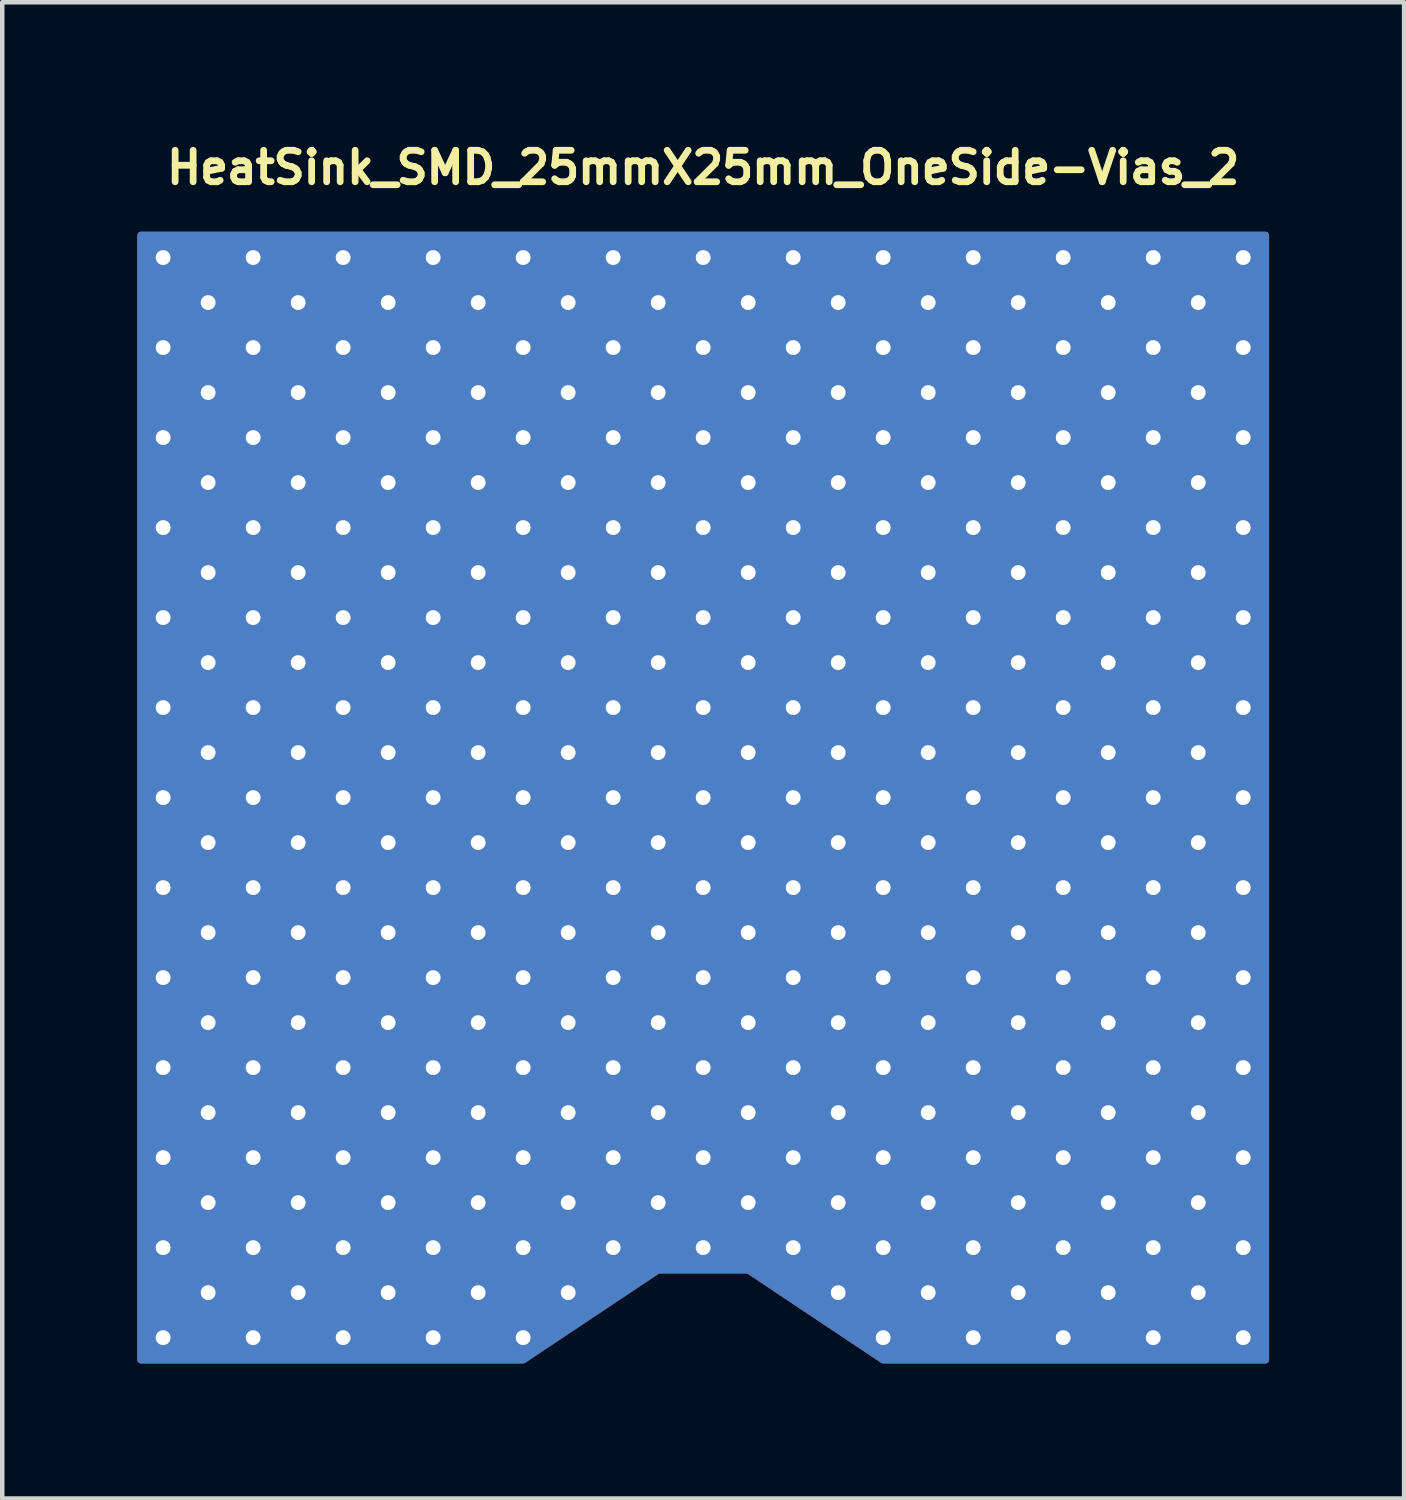
<source format=kicad_pcb>
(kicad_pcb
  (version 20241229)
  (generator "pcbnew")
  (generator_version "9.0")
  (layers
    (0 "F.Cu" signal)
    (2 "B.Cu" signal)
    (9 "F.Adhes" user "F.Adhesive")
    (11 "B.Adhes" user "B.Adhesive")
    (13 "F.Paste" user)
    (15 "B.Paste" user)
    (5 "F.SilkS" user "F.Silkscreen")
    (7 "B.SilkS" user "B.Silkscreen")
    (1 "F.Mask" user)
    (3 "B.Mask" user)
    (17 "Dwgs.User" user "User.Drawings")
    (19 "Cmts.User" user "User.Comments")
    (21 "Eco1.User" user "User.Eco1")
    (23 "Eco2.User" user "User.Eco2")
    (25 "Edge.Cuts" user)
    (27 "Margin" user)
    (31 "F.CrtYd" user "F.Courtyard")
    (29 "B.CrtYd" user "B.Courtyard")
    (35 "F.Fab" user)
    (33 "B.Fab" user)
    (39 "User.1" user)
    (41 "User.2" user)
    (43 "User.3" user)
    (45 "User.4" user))
  (footprint "HeatSink_SMD_25mmX25mm_OneSide-Vias_2"
    (layer "F.Cu")
    (at 12.575 14.673)
    (property "Reference" "HeatSink_SMD_25mmX25mm_OneSide-Vias_2" (at 0 -14 0) (layer "F.SilkS") (effects (font (size 0.7 0.7) (thickness 0.15))))
    (attr through_hole)
    (pad "1" thru_hole circle (at -12 -12) (size 0.686 0.686) (drill 0.33) (layers "*.Cu" "*.Mask"))
    (pad "1" thru_hole circle (at -12 -10) (size 0.686 0.686) (drill 0.33) (layers "*.Cu" "*.Mask"))
    (pad "1" thru_hole circle (at -12 -8) (size 0.686 0.686) (drill 0.33) (layers "*.Cu" "*.Mask"))
    (pad "1" thru_hole circle (at -12 -6) (size 0.686 0.686) (drill 0.33) (layers "*.Cu" "*.Mask"))
    (pad "1" thru_hole circle (at -12 -4) (size 0.686 0.686) (drill 0.33) (layers "*.Cu" "*.Mask"))
    (pad "1" thru_hole circle (at -12 -2) (size 0.686 0.686) (drill 0.33) (layers "*.Cu" "*.Mask"))
    (pad "1" thru_hole circle (at -12 0) (size 0.686 0.686) (drill 0.33) (layers "*.Cu" "*.Mask"))
    (pad "1" thru_hole circle (at -12 2) (size 0.686 0.686) (drill 0.33) (layers "*.Cu" "*.Mask"))
    (pad "1" thru_hole circle (at -12 4) (size 0.686 0.686) (drill 0.33) (layers "*.Cu" "*.Mask"))
    (pad "1" thru_hole circle (at -12 6) (size 0.686 0.686) (drill 0.33) (layers "*.Cu" "*.Mask"))
    (pad "1" thru_hole circle (at -12 8) (size 0.686 0.686) (drill 0.33) (layers "*.Cu" "*.Mask"))
    (pad "1" thru_hole circle (at -12 10) (size 0.686 0.686) (drill 0.33) (layers "*.Cu" "*.Mask"))
    (pad "1" thru_hole circle (at -12 12) (size 0.686 0.686) (drill 0.33) (layers "*.Cu" "*.Mask"))
    (pad "1" thru_hole circle (at -11 -11) (size 0.686 0.686) (drill 0.33) (layers "*.Cu" "*.Mask"))
    (pad "1" thru_hole circle (at -11 -9) (size 0.686 0.686) (drill 0.33) (layers "*.Cu" "*.Mask"))
    (pad "1" thru_hole circle (at -11 -7) (size 0.686 0.686) (drill 0.33) (layers "*.Cu" "*.Mask"))
    (pad "1" thru_hole circle (at -11 -5) (size 0.686 0.686) (drill 0.33) (layers "*.Cu" "*.Mask"))
    (pad "1" thru_hole circle (at -11 -3) (size 0.686 0.686) (drill 0.33) (layers "*.Cu" "*.Mask"))
    (pad "1" thru_hole circle (at -11 -1) (size 0.686 0.686) (drill 0.33) (layers "*.Cu" "*.Mask"))
    (pad "1" thru_hole circle (at -11 1) (size 0.686 0.686) (drill 0.33) (layers "*.Cu" "*.Mask"))
    (pad "1" thru_hole circle (at -11 3) (size 0.686 0.686) (drill 0.33) (layers "*.Cu" "*.Mask"))
    (pad "1" thru_hole circle (at -11 5) (size 0.686 0.686) (drill 0.33) (layers "*.Cu" "*.Mask"))
    (pad "1" thru_hole circle (at -11 7) (size 0.686 0.686) (drill 0.33) (layers "*.Cu" "*.Mask"))
    (pad "1" thru_hole circle (at -11 9) (size 0.686 0.686) (drill 0.33) (layers "*.Cu" "*.Mask"))
    (pad "1" thru_hole circle (at -11 11) (size 0.686 0.686) (drill 0.33) (layers "*.Cu" "*.Mask"))
    (pad "1" thru_hole circle (at -10 -12) (size 0.686 0.686) (drill 0.33) (layers "*.Cu" "*.Mask"))
    (pad "1" thru_hole circle (at -10 -10) (size 0.686 0.686) (drill 0.33) (layers "*.Cu" "*.Mask"))
    (pad "1" thru_hole circle (at -10 -8) (size 0.686 0.686) (drill 0.33) (layers "*.Cu" "*.Mask"))
    (pad "1" thru_hole circle (at -10 -6) (size 0.686 0.686) (drill 0.33) (layers "*.Cu" "*.Mask"))
    (pad "1" thru_hole circle (at -10 -4) (size 0.686 0.686) (drill 0.33) (layers "*.Cu" "*.Mask"))
    (pad "1" thru_hole circle (at -10 -2) (size 0.686 0.686) (drill 0.33) (layers "*.Cu" "*.Mask"))
    (pad "1" thru_hole circle (at -10 0) (size 0.686 0.686) (drill 0.33) (layers "*.Cu" "*.Mask"))
    (pad "1" thru_hole circle (at -10 2) (size 0.686 0.686) (drill 0.33) (layers "*.Cu" "*.Mask"))
    (pad "1" thru_hole circle (at -10 4) (size 0.686 0.686) (drill 0.33) (layers "*.Cu" "*.Mask"))
    (pad "1" thru_hole circle (at -10 6) (size 0.686 0.686) (drill 0.33) (layers "*.Cu" "*.Mask"))
    (pad "1" thru_hole circle (at -10 8) (size 0.686 0.686) (drill 0.33) (layers "*.Cu" "*.Mask"))
    (pad "1" thru_hole circle (at -10 10) (size 0.686 0.686) (drill 0.33) (layers "*.Cu" "*.Mask"))
    (pad "1" thru_hole circle (at -10 12) (size 0.686 0.686) (drill 0.33) (layers "*.Cu" "*.Mask"))
    (pad "1" thru_hole circle (at -9 -11) (size 0.686 0.686) (drill 0.33) (layers "*.Cu" "*.Mask"))
    (pad "1" thru_hole circle (at -9 -9) (size 0.686 0.686) (drill 0.33) (layers "*.Cu" "*.Mask"))
    (pad "1" thru_hole circle (at -9 -7) (size 0.686 0.686) (drill 0.33) (layers "*.Cu" "*.Mask"))
    (pad "1" thru_hole circle (at -9 -5) (size 0.686 0.686) (drill 0.33) (layers "*.Cu" "*.Mask"))
    (pad "1" thru_hole circle (at -9 -3) (size 0.686 0.686) (drill 0.33) (layers "*.Cu" "*.Mask"))
    (pad "1" thru_hole circle (at -9 -1) (size 0.686 0.686) (drill 0.33) (layers "*.Cu" "*.Mask"))
    (pad "1" thru_hole circle (at -9 1) (size 0.686 0.686) (drill 0.33) (layers "*.Cu" "*.Mask"))
    (pad "1" thru_hole circle (at -9 3) (size 0.686 0.686) (drill 0.33) (layers "*.Cu" "*.Mask"))
    (pad "1" thru_hole circle (at -9 5) (size 0.686 0.686) (drill 0.33) (layers "*.Cu" "*.Mask"))
    (pad "1" thru_hole circle (at -9 7) (size 0.686 0.686) (drill 0.33) (layers "*.Cu" "*.Mask"))
    (pad "1" thru_hole circle (at -9 9) (size 0.686 0.686) (drill 0.33) (layers "*.Cu" "*.Mask"))
    (pad "1" thru_hole circle (at -9 11) (size 0.686 0.686) (drill 0.33) (layers "*.Cu" "*.Mask"))
    (pad "1" thru_hole circle (at -8 -12) (size 0.686 0.686) (drill 0.33) (layers "*.Cu" "*.Mask"))
    (pad "1" thru_hole circle (at -8 -10) (size 0.686 0.686) (drill 0.33) (layers "*.Cu" "*.Mask"))
    (pad "1" thru_hole circle (at -8 -8) (size 0.686 0.686) (drill 0.33) (layers "*.Cu" "*.Mask"))
    (pad "1" thru_hole circle (at -8 -6) (size 0.686 0.686) (drill 0.33) (layers "*.Cu" "*.Mask"))
    (pad "1" thru_hole circle (at -8 -4) (size 0.686 0.686) (drill 0.33) (layers "*.Cu" "*.Mask"))
    (pad "1" thru_hole circle (at -8 -2) (size 0.686 0.686) (drill 0.33) (layers "*.Cu" "*.Mask"))
    (pad "1" thru_hole circle (at -8 0) (size 0.686 0.686) (drill 0.33) (layers "*.Cu" "*.Mask"))
    (pad "1" thru_hole circle (at -8 2) (size 0.686 0.686) (drill 0.33) (layers "*.Cu" "*.Mask"))
    (pad "1" thru_hole circle (at -8 4) (size 0.686 0.686) (drill 0.33) (layers "*.Cu" "*.Mask"))
    (pad "1" thru_hole circle (at -8 6) (size 0.686 0.686) (drill 0.33) (layers "*.Cu" "*.Mask"))
    (pad "1" thru_hole circle (at -8 8) (size 0.686 0.686) (drill 0.33) (layers "*.Cu" "*.Mask"))
    (pad "1" thru_hole circle (at -8 10) (size 0.686 0.686) (drill 0.33) (layers "*.Cu" "*.Mask"))
    (pad "1" thru_hole circle (at -8 12) (size 0.686 0.686) (drill 0.33) (layers "*.Cu" "*.Mask"))
    (pad "1" thru_hole circle (at -7 -11) (size 0.686 0.686) (drill 0.33) (layers "*.Cu" "*.Mask"))
    (pad "1" thru_hole circle (at -7 -9) (size 0.686 0.686) (drill 0.33) (layers "*.Cu" "*.Mask"))
    (pad "1" thru_hole circle (at -7 -7) (size 0.686 0.686) (drill 0.33) (layers "*.Cu" "*.Mask"))
    (pad "1" thru_hole circle (at -7 -5) (size 0.686 0.686) (drill 0.33) (layers "*.Cu" "*.Mask"))
    (pad "1" thru_hole circle (at -7 -3) (size 0.686 0.686) (drill 0.33) (layers "*.Cu" "*.Mask"))
    (pad "1" thru_hole circle (at -7 -1) (size 0.686 0.686) (drill 0.33) (layers "*.Cu" "*.Mask"))
    (pad "1" thru_hole circle (at -7 1) (size 0.686 0.686) (drill 0.33) (layers "*.Cu" "*.Mask"))
    (pad "1" thru_hole circle (at -7 3) (size 0.686 0.686) (drill 0.33) (layers "*.Cu" "*.Mask"))
    (pad "1" thru_hole circle (at -7 5) (size 0.686 0.686) (drill 0.33) (layers "*.Cu" "*.Mask"))
    (pad "1" thru_hole circle (at -7 7) (size 0.686 0.686) (drill 0.33) (layers "*.Cu" "*.Mask"))
    (pad "1" thru_hole circle (at -7 9) (size 0.686 0.686) (drill 0.33) (layers "*.Cu" "*.Mask"))
    (pad "1" thru_hole circle (at -7 11) (size 0.686 0.686) (drill 0.33) (layers "*.Cu" "*.Mask"))
    (pad "1" thru_hole circle (at -6 -12) (size 0.686 0.686) (drill 0.33) (layers "*.Cu" "*.Mask"))
    (pad "1" thru_hole circle (at -6 -10) (size 0.686 0.686) (drill 0.33) (layers "*.Cu" "*.Mask"))
    (pad "1" thru_hole circle (at -6 -8) (size 0.686 0.686) (drill 0.33) (layers "*.Cu" "*.Mask"))
    (pad "1" thru_hole circle (at -6 -6) (size 0.686 0.686) (drill 0.33) (layers "*.Cu" "*.Mask"))
    (pad "1" thru_hole circle (at -6 -4) (size 0.686 0.686) (drill 0.33) (layers "*.Cu" "*.Mask"))
    (pad "1" thru_hole circle (at -6 -2) (size 0.686 0.686) (drill 0.33) (layers "*.Cu" "*.Mask"))
    (pad "1" thru_hole circle (at -6 0) (size 0.686 0.686) (drill 0.33) (layers "*.Cu" "*.Mask"))
    (pad "1" thru_hole circle (at -6 2) (size 0.686 0.686) (drill 0.33) (layers "*.Cu" "*.Mask"))
    (pad "1" thru_hole circle (at -6 4) (size 0.686 0.686) (drill 0.33) (layers "*.Cu" "*.Mask"))
    (pad "1" thru_hole circle (at -6 6) (size 0.686 0.686) (drill 0.33) (layers "*.Cu" "*.Mask"))
    (pad "1" thru_hole circle (at -6 8) (size 0.686 0.686) (drill 0.33) (layers "*.Cu" "*.Mask"))
    (pad "1" thru_hole circle (at -6 10) (size 0.686 0.686) (drill 0.33) (layers "*.Cu" "*.Mask"))
    (pad "1" thru_hole circle (at -6 12) (size 0.686 0.686) (drill 0.33) (layers "*.Cu" "*.Mask"))
    (pad "1" thru_hole circle (at -5 -11) (size 0.686 0.686) (drill 0.33) (layers "*.Cu" "*.Mask"))
    (pad "1" thru_hole circle (at -5 -9) (size 0.686 0.686) (drill 0.33) (layers "*.Cu" "*.Mask"))
    (pad "1" thru_hole circle (at -5 -7) (size 0.686 0.686) (drill 0.33) (layers "*.Cu" "*.Mask"))
    (pad "1" thru_hole circle (at -5 -5) (size 0.686 0.686) (drill 0.33) (layers "*.Cu" "*.Mask"))
    (pad "1" thru_hole circle (at -5 -3) (size 0.686 0.686) (drill 0.33) (layers "*.Cu" "*.Mask"))
    (pad "1" thru_hole circle (at -5 -1) (size 0.686 0.686) (drill 0.33) (layers "*.Cu" "*.Mask"))
    (pad "1" thru_hole circle (at -5 1) (size 0.686 0.686) (drill 0.33) (layers "*.Cu" "*.Mask"))
    (pad "1" thru_hole circle (at -5 3) (size 0.686 0.686) (drill 0.33) (layers "*.Cu" "*.Mask"))
    (pad "1" thru_hole circle (at -5 5) (size 0.686 0.686) (drill 0.33) (layers "*.Cu" "*.Mask"))
    (pad "1" thru_hole circle (at -5 7) (size 0.686 0.686) (drill 0.33) (layers "*.Cu" "*.Mask"))
    (pad "1" thru_hole circle (at -5 9) (size 0.686 0.686) (drill 0.33) (layers "*.Cu" "*.Mask"))
    (pad "1" thru_hole circle (at -5 11) (size 0.686 0.686) (drill 0.33) (layers "*.Cu" "*.Mask"))
    (pad "1" thru_hole circle (at -4 -12) (size 0.686 0.686) (drill 0.33) (layers "*.Cu" "*.Mask"))
    (pad "1" thru_hole circle (at -4 -10) (size 0.686 0.686) (drill 0.33) (layers "*.Cu" "*.Mask"))
    (pad "1" thru_hole circle (at -4 -8) (size 0.686 0.686) (drill 0.33) (layers "*.Cu" "*.Mask"))
    (pad "1" thru_hole circle (at -4 -6) (size 0.686 0.686) (drill 0.33) (layers "*.Cu" "*.Mask"))
    (pad "1" thru_hole circle (at -4 -4) (size 0.686 0.686) (drill 0.33) (layers "*.Cu" "*.Mask"))
    (pad "1" thru_hole circle (at -4 -2) (size 0.686 0.686) (drill 0.33) (layers "*.Cu" "*.Mask"))
    (pad "1" thru_hole circle (at -4 0) (size 0.686 0.686) (drill 0.33) (layers "*.Cu" "*.Mask"))
    (pad "1" thru_hole circle (at -4 2) (size 0.686 0.686) (drill 0.33) (layers "*.Cu" "*.Mask"))
    (pad "1" thru_hole circle (at -4 4) (size 0.686 0.686) (drill 0.33) (layers "*.Cu" "*.Mask"))
    (pad "1" thru_hole circle (at -4 6) (size 0.686 0.686) (drill 0.33) (layers "*.Cu" "*.Mask"))
    (pad "1" thru_hole circle (at -4 8) (size 0.686 0.686) (drill 0.33) (layers "*.Cu" "*.Mask"))
    (pad "1" thru_hole circle (at -4 10) (size 0.686 0.686) (drill 0.33) (layers "*.Cu" "*.Mask"))
    (pad "1" thru_hole circle (at -4 12) (size 0.686 0.686) (drill 0.33) (layers "*.Cu" "*.Mask"))
    (pad "1" thru_hole circle (at -3 -11) (size 0.686 0.686) (drill 0.33) (layers "*.Cu" "*.Mask"))
    (pad "1" thru_hole circle (at -3 -9) (size 0.686 0.686) (drill 0.33) (layers "*.Cu" "*.Mask"))
    (pad "1" thru_hole circle (at -3 -7) (size 0.686 0.686) (drill 0.33) (layers "*.Cu" "*.Mask"))
    (pad "1" thru_hole circle (at -3 -5) (size 0.686 0.686) (drill 0.33) (layers "*.Cu" "*.Mask"))
    (pad "1" thru_hole circle (at -3 -3) (size 0.686 0.686) (drill 0.33) (layers "*.Cu" "*.Mask"))
    (pad "1" thru_hole circle (at -3 -1) (size 0.686 0.686) (drill 0.33) (layers "*.Cu" "*.Mask"))
    (pad "1" thru_hole circle (at -3 1) (size 0.686 0.686) (drill 0.33) (layers "*.Cu" "*.Mask"))
    (pad "1" thru_hole circle (at -3 3) (size 0.686 0.686) (drill 0.33) (layers "*.Cu" "*.Mask"))
    (pad "1" thru_hole circle (at -3 5) (size 0.686 0.686) (drill 0.33) (layers "*.Cu" "*.Mask"))
    (pad "1" thru_hole circle (at -3 7) (size 0.686 0.686) (drill 0.33) (layers "*.Cu" "*.Mask"))
    (pad "1" thru_hole circle (at -3 9) (size 0.686 0.686) (drill 0.33) (layers "*.Cu" "*.Mask"))
    (pad "1" thru_hole circle (at -3 11) (size 0.686 0.686) (drill 0.33) (layers "*.Cu" "*.Mask"))
    (pad "1" thru_hole circle (at -2 -12) (size 0.686 0.686) (drill 0.33) (layers "*.Cu" "*.Mask"))
    (pad "1" thru_hole circle (at -2 -10) (size 0.686 0.686) (drill 0.33) (layers "*.Cu" "*.Mask"))
    (pad "1" thru_hole circle (at -2 -8) (size 0.686 0.686) (drill 0.33) (layers "*.Cu" "*.Mask"))
    (pad "1" thru_hole circle (at -2 -6) (size 0.686 0.686) (drill 0.33) (layers "*.Cu" "*.Mask"))
    (pad "1" thru_hole circle (at -2 -4) (size 0.686 0.686) (drill 0.33) (layers "*.Cu" "*.Mask"))
    (pad "1" thru_hole circle (at -2 -2) (size 0.686 0.686) (drill 0.33) (layers "*.Cu" "*.Mask"))
    (pad "1" thru_hole circle (at -2 0) (size 0.686 0.686) (drill 0.33) (layers "*.Cu" "*.Mask"))
    (pad "1" thru_hole circle (at -2 2) (size 0.686 0.686) (drill 0.33) (layers "*.Cu" "*.Mask"))
    (pad "1" thru_hole circle (at -2 4) (size 0.686 0.686) (drill 0.33) (layers "*.Cu" "*.Mask"))
    (pad "1" thru_hole circle (at -2 6) (size 0.686 0.686) (drill 0.33) (layers "*.Cu" "*.Mask"))
    (pad "1" thru_hole circle (at -2 8) (size 0.686 0.686) (drill 0.33) (layers "*.Cu" "*.Mask"))
    (pad "1" thru_hole circle (at -2 10) (size 0.686 0.686) (drill 0.33) (layers "*.Cu" "*.Mask"))
    (pad "1" thru_hole circle (at -1 -11) (size 0.686 0.686) (drill 0.33) (layers "*.Cu" "*.Mask"))
    (pad "1" thru_hole circle (at -1 -9) (size 0.686 0.686) (drill 0.33) (layers "*.Cu" "*.Mask"))
    (pad "1" thru_hole circle (at -1 -7) (size 0.686 0.686) (drill 0.33) (layers "*.Cu" "*.Mask"))
    (pad "1" thru_hole circle (at -1 -5) (size 0.686 0.686) (drill 0.33) (layers "*.Cu" "*.Mask"))
    (pad "1" thru_hole circle (at -1 -3) (size 0.686 0.686) (drill 0.33) (layers "*.Cu" "*.Mask"))
    (pad "1" thru_hole circle (at -1 -1) (size 0.686 0.686) (drill 0.33) (layers "*.Cu" "*.Mask"))
    (pad "1" thru_hole circle (at -1 1) (size 0.686 0.686) (drill 0.33) (layers "*.Cu" "*.Mask"))
    (pad "1" thru_hole circle (at -1 3) (size 0.686 0.686) (drill 0.33) (layers "*.Cu" "*.Mask"))
    (pad "1" thru_hole circle (at -1 5) (size 0.686 0.686) (drill 0.33) (layers "*.Cu" "*.Mask"))
    (pad "1" thru_hole circle (at -1 7) (size 0.686 0.686) (drill 0.33) (layers "*.Cu" "*.Mask"))
    (pad "1" thru_hole circle (at -1 9) (size 0.686 0.686) (drill 0.33) (layers "*.Cu" "*.Mask"))
    (pad "1" thru_hole circle (at 0 -12) (size 0.686 0.686) (drill 0.33) (layers "*.Cu" "*.Mask"))
    (pad "1" thru_hole circle (at 0 -10) (size 0.686 0.686) (drill 0.33) (layers "*.Cu" "*.Mask"))
    (pad "1" thru_hole circle (at 0 -8) (size 0.686 0.686) (drill 0.33) (layers "*.Cu" "*.Mask"))
    (pad "1" thru_hole circle (at 0 -6) (size 0.686 0.686) (drill 0.33) (layers "*.Cu" "*.Mask"))
    (pad "1" thru_hole circle (at 0 -4) (size 0.686 0.686) (drill 0.33) (layers "*.Cu" "*.Mask"))
    (pad "1" thru_hole circle (at 0 -2) (size 0.686 0.686) (drill 0.33) (layers "*.Cu" "*.Mask"))
    (pad "1" thru_hole circle (at 0 0) (size 0.686 0.686) (drill 0.33) (layers "*.Cu" "*.Mask"))
    (pad "1" thru_hole circle (at 0 2) (size 0.686 0.686) (drill 0.33) (layers "*.Cu" "*.Mask"))
    (pad "1" thru_hole circle (at 0 4) (size 0.686 0.686) (drill 0.33) (layers "*.Cu" "*.Mask"))
    (pad "1" thru_hole circle (at 0 6) (size 0.686 0.686) (drill 0.33) (layers "*.Cu" "*.Mask"))
    (pad "1" thru_hole circle (at 0 8) (size 0.686 0.686) (drill 0.33) (layers "*.Cu" "*.Mask"))
    (pad "1" thru_hole circle (at 0 10) (size 0.686 0.686) (drill 0.33) (layers "*.Cu" "*.Mask"))
    (pad "1" thru_hole circle (at 1 -11) (size 0.686 0.686) (drill 0.33) (layers "*.Cu" "*.Mask"))
    (pad "1" thru_hole circle (at 1 -9) (size 0.686 0.686) (drill 0.33) (layers "*.Cu" "*.Mask"))
    (pad "1" thru_hole circle (at 1 -7) (size 0.686 0.686) (drill 0.33) (layers "*.Cu" "*.Mask"))
    (pad "1" thru_hole circle (at 1 -5) (size 0.686 0.686) (drill 0.33) (layers "*.Cu" "*.Mask"))
    (pad "1" thru_hole circle (at 1 -3) (size 0.686 0.686) (drill 0.33) (layers "*.Cu" "*.Mask"))
    (pad "1" thru_hole circle (at 1 -1) (size 0.686 0.686) (drill 0.33) (layers "*.Cu" "*.Mask"))
    (pad "1" thru_hole circle (at 1 1) (size 0.686 0.686) (drill 0.33) (layers "*.Cu" "*.Mask"))
    (pad "1" thru_hole circle (at 1 3) (size 0.686 0.686) (drill 0.33) (layers "*.Cu" "*.Mask"))
    (pad "1" thru_hole circle (at 1 5) (size 0.686 0.686) (drill 0.33) (layers "*.Cu" "*.Mask"))
    (pad "1" thru_hole circle (at 1 7) (size 0.686 0.686) (drill 0.33) (layers "*.Cu" "*.Mask"))
    (pad "1" thru_hole circle (at 1 9) (size 0.686 0.686) (drill 0.33) (layers "*.Cu" "*.Mask"))
    (pad "1" thru_hole circle (at 2 -12) (size 0.686 0.686) (drill 0.33) (layers "*.Cu" "*.Mask"))
    (pad "1" thru_hole circle (at 2 -10) (size 0.686 0.686) (drill 0.33) (layers "*.Cu" "*.Mask"))
    (pad "1" thru_hole circle (at 2 -8) (size 0.686 0.686) (drill 0.33) (layers "*.Cu" "*.Mask"))
    (pad "1" thru_hole circle (at 2 -6) (size 0.686 0.686) (drill 0.33) (layers "*.Cu" "*.Mask"))
    (pad "1" thru_hole circle (at 2 -4) (size 0.686 0.686) (drill 0.33) (layers "*.Cu" "*.Mask"))
    (pad "1" thru_hole circle (at 2 -2) (size 0.686 0.686) (drill 0.33) (layers "*.Cu" "*.Mask"))
    (pad "1" thru_hole circle (at 2 0) (size 0.686 0.686) (drill 0.33) (layers "*.Cu" "*.Mask"))
    (pad "1" thru_hole circle (at 2 2) (size 0.686 0.686) (drill 0.33) (layers "*.Cu" "*.Mask"))
    (pad "1" thru_hole circle (at 2 4) (size 0.686 0.686) (drill 0.33) (layers "*.Cu" "*.Mask"))
    (pad "1" thru_hole circle (at 2 6) (size 0.686 0.686) (drill 0.33) (layers "*.Cu" "*.Mask"))
    (pad "1" thru_hole circle (at 2 8) (size 0.686 0.686) (drill 0.33) (layers "*.Cu" "*.Mask"))
    (pad "1" thru_hole circle (at 2 10) (size 0.686 0.686) (drill 0.33) (layers "*.Cu" "*.Mask"))
    (pad "1" thru_hole circle (at 3 -11) (size 0.686 0.686) (drill 0.33) (layers "*.Cu" "*.Mask"))
    (pad "1" thru_hole circle (at 3 -9) (size 0.686 0.686) (drill 0.33) (layers "*.Cu" "*.Mask"))
    (pad "1" thru_hole circle (at 3 -7) (size 0.686 0.686) (drill 0.33) (layers "*.Cu" "*.Mask"))
    (pad "1" thru_hole circle (at 3 -5) (size 0.686 0.686) (drill 0.33) (layers "*.Cu" "*.Mask"))
    (pad "1" thru_hole circle (at 3 -3) (size 0.686 0.686) (drill 0.33) (layers "*.Cu" "*.Mask"))
    (pad "1" thru_hole circle (at 3 -1) (size 0.686 0.686) (drill 0.33) (layers "*.Cu" "*.Mask"))
    (pad "1" thru_hole circle (at 3 1) (size 0.686 0.686) (drill 0.33) (layers "*.Cu" "*.Mask"))
    (pad "1" thru_hole circle (at 3 3) (size 0.686 0.686) (drill 0.33) (layers "*.Cu" "*.Mask"))
    (pad "1" thru_hole circle (at 3 5) (size 0.686 0.686) (drill 0.33) (layers "*.Cu" "*.Mask"))
    (pad "1" thru_hole circle (at 3 7) (size 0.686 0.686) (drill 0.33) (layers "*.Cu" "*.Mask"))
    (pad "1" thru_hole circle (at 3 9) (size 0.686 0.686) (drill 0.33) (layers "*.Cu" "*.Mask"))
    (pad "1" thru_hole circle (at 3 11) (size 0.686 0.686) (drill 0.33) (layers "*.Cu" "*.Mask"))
    (pad "1" thru_hole circle (at 4 -12) (size 0.686 0.686) (drill 0.33) (layers "*.Cu" "*.Mask"))
    (pad "1" thru_hole circle (at 4 -10) (size 0.686 0.686) (drill 0.33) (layers "*.Cu" "*.Mask"))
    (pad "1" thru_hole circle (at 4 -8) (size 0.686 0.686) (drill 0.33) (layers "*.Cu" "*.Mask"))
    (pad "1" thru_hole circle (at 4 -6) (size 0.686 0.686) (drill 0.33) (layers "*.Cu" "*.Mask"))
    (pad "1" thru_hole circle (at 4 -4) (size 0.686 0.686) (drill 0.33) (layers "*.Cu" "*.Mask"))
    (pad "1" thru_hole circle (at 4 -2) (size 0.686 0.686) (drill 0.33) (layers "*.Cu" "*.Mask"))
    (pad "1" thru_hole circle (at 4 0) (size 0.686 0.686) (drill 0.33) (layers "*.Cu" "*.Mask"))
    (pad "1" thru_hole circle (at 4 2) (size 0.686 0.686) (drill 0.33) (layers "*.Cu" "*.Mask"))
    (pad "1" thru_hole circle (at 4 4) (size 0.686 0.686) (drill 0.33) (layers "*.Cu" "*.Mask"))
    (pad "1" thru_hole circle (at 4 6) (size 0.686 0.686) (drill 0.33) (layers "*.Cu" "*.Mask"))
    (pad "1" thru_hole circle (at 4 8) (size 0.686 0.686) (drill 0.33) (layers "*.Cu" "*.Mask"))
    (pad "1" thru_hole circle (at 4 10) (size 0.686 0.686) (drill 0.33) (layers "*.Cu" "*.Mask"))
    (pad "1" thru_hole circle (at 4 12) (size 0.686 0.686) (drill 0.33) (layers "*.Cu" "*.Mask"))
    (pad "1" thru_hole circle (at 5 -11) (size 0.686 0.686) (drill 0.33) (layers "*.Cu" "*.Mask"))
    (pad "1" thru_hole circle (at 5 -9) (size 0.686 0.686) (drill 0.33) (layers "*.Cu" "*.Mask"))
    (pad "1" thru_hole circle (at 5 -7) (size 0.686 0.686) (drill 0.33) (layers "*.Cu" "*.Mask"))
    (pad "1" thru_hole circle (at 5 -5) (size 0.686 0.686) (drill 0.33) (layers "*.Cu" "*.Mask"))
    (pad "1" thru_hole circle (at 5 -3) (size 0.686 0.686) (drill 0.33) (layers "*.Cu" "*.Mask"))
    (pad "1" thru_hole circle (at 5 -1) (size 0.686 0.686) (drill 0.33) (layers "*.Cu" "*.Mask"))
    (pad "1" thru_hole circle (at 5 1) (size 0.686 0.686) (drill 0.33) (layers "*.Cu" "*.Mask"))
    (pad "1" thru_hole circle (at 5 3) (size 0.686 0.686) (drill 0.33) (layers "*.Cu" "*.Mask"))
    (pad "1" thru_hole circle (at 5 5) (size 0.686 0.686) (drill 0.33) (layers "*.Cu" "*.Mask"))
    (pad "1" thru_hole circle (at 5 7) (size 0.686 0.686) (drill 0.33) (layers "*.Cu" "*.Mask"))
    (pad "1" thru_hole circle (at 5 9) (size 0.686 0.686) (drill 0.33) (layers "*.Cu" "*.Mask"))
    (pad "1" thru_hole circle (at 5 11) (size 0.686 0.686) (drill 0.33) (layers "*.Cu" "*.Mask"))
    (pad "1" thru_hole circle (at 6 -12) (size 0.686 0.686) (drill 0.33) (layers "*.Cu" "*.Mask"))
    (pad "1" thru_hole circle (at 6 -10) (size 0.686 0.686) (drill 0.33) (layers "*.Cu" "*.Mask"))
    (pad "1" thru_hole circle (at 6 -8) (size 0.686 0.686) (drill 0.33) (layers "*.Cu" "*.Mask"))
    (pad "1" thru_hole circle (at 6 -6) (size 0.686 0.686) (drill 0.33) (layers "*.Cu" "*.Mask"))
    (pad "1" thru_hole circle (at 6 -4) (size 0.686 0.686) (drill 0.33) (layers "*.Cu" "*.Mask"))
    (pad "1" thru_hole circle (at 6 -2) (size 0.686 0.686) (drill 0.33) (layers "*.Cu" "*.Mask"))
    (pad "1" thru_hole circle (at 6 0) (size 0.686 0.686) (drill 0.33) (layers "*.Cu" "*.Mask"))
    (pad "1" thru_hole circle (at 6 2) (size 0.686 0.686) (drill 0.33) (layers "*.Cu" "*.Mask"))
    (pad "1" thru_hole circle (at 6 4) (size 0.686 0.686) (drill 0.33) (layers "*.Cu" "*.Mask"))
    (pad "1" thru_hole circle (at 6 6) (size 0.686 0.686) (drill 0.33) (layers "*.Cu" "*.Mask"))
    (pad "1" thru_hole circle (at 6 8) (size 0.686 0.686) (drill 0.33) (layers "*.Cu" "*.Mask"))
    (pad "1" thru_hole circle (at 6 10) (size 0.686 0.686) (drill 0.33) (layers "*.Cu" "*.Mask"))
    (pad "1" thru_hole circle (at 6 12) (size 0.686 0.686) (drill 0.33) (layers "*.Cu" "*.Mask"))
    (pad "1" thru_hole circle (at 7 -11) (size 0.686 0.686) (drill 0.33) (layers "*.Cu" "*.Mask"))
    (pad "1" thru_hole circle (at 7 -9) (size 0.686 0.686) (drill 0.33) (layers "*.Cu" "*.Mask"))
    (pad "1" thru_hole circle (at 7 -7) (size 0.686 0.686) (drill 0.33) (layers "*.Cu" "*.Mask"))
    (pad "1" thru_hole circle (at 7 -5) (size 0.686 0.686) (drill 0.33) (layers "*.Cu" "*.Mask"))
    (pad "1" thru_hole circle (at 7 -3) (size 0.686 0.686) (drill 0.33) (layers "*.Cu" "*.Mask"))
    (pad "1" thru_hole circle (at 7 -1) (size 0.686 0.686) (drill 0.33) (layers "*.Cu" "*.Mask"))
    (pad "1" thru_hole circle (at 7 1) (size 0.686 0.686) (drill 0.33) (layers "*.Cu" "*.Mask"))
    (pad "1" thru_hole circle (at 7 3) (size 0.686 0.686) (drill 0.33) (layers "*.Cu" "*.Mask"))
    (pad "1" thru_hole circle (at 7 5) (size 0.686 0.686) (drill 0.33) (layers "*.Cu" "*.Mask"))
    (pad "1" thru_hole circle (at 7 7) (size 0.686 0.686) (drill 0.33) (layers "*.Cu" "*.Mask"))
    (pad "1" thru_hole circle (at 7 9) (size 0.686 0.686) (drill 0.33) (layers "*.Cu" "*.Mask"))
    (pad "1" thru_hole circle (at 7 11) (size 0.686 0.686) (drill 0.33) (layers "*.Cu" "*.Mask"))
    (pad "1" thru_hole circle (at 8 -12) (size 0.686 0.686) (drill 0.33) (layers "*.Cu" "*.Mask"))
    (pad "1" thru_hole circle (at 8 -10) (size 0.686 0.686) (drill 0.33) (layers "*.Cu" "*.Mask"))
    (pad "1" thru_hole circle (at 8 -8) (size 0.686 0.686) (drill 0.33) (layers "*.Cu" "*.Mask"))
    (pad "1" thru_hole circle (at 8 -6) (size 0.686 0.686) (drill 0.33) (layers "*.Cu" "*.Mask"))
    (pad "1" thru_hole circle (at 8 -4) (size 0.686 0.686) (drill 0.33) (layers "*.Cu" "*.Mask"))
    (pad "1" thru_hole circle (at 8 -2) (size 0.686 0.686) (drill 0.33) (layers "*.Cu" "*.Mask"))
    (pad "1" thru_hole circle (at 8 0) (size 0.686 0.686) (drill 0.33) (layers "*.Cu" "*.Mask"))
    (pad "1" thru_hole circle (at 8 2) (size 0.686 0.686) (drill 0.33) (layers "*.Cu" "*.Mask"))
    (pad "1" thru_hole circle (at 8 4) (size 0.686 0.686) (drill 0.33) (layers "*.Cu" "*.Mask"))
    (pad "1" thru_hole circle (at 8 6) (size 0.686 0.686) (drill 0.33) (layers "*.Cu" "*.Mask"))
    (pad "1" thru_hole circle (at 8 8) (size 0.686 0.686) (drill 0.33) (layers "*.Cu" "*.Mask"))
    (pad "1" thru_hole circle (at 8 10) (size 0.686 0.686) (drill 0.33) (layers "*.Cu" "*.Mask"))
    (pad "1" thru_hole circle (at 8 12) (size 0.686 0.686) (drill 0.33) (layers "*.Cu" "*.Mask"))
    (pad "1" thru_hole circle (at 9 -11) (size 0.686 0.686) (drill 0.33) (layers "*.Cu" "*.Mask"))
    (pad "1" thru_hole circle (at 9 -9) (size 0.686 0.686) (drill 0.33) (layers "*.Cu" "*.Mask"))
    (pad "1" thru_hole circle (at 9 -7) (size 0.686 0.686) (drill 0.33) (layers "*.Cu" "*.Mask"))
    (pad "1" thru_hole circle (at 9 -5) (size 0.686 0.686) (drill 0.33) (layers "*.Cu" "*.Mask"))
    (pad "1" thru_hole circle (at 9 -3) (size 0.686 0.686) (drill 0.33) (layers "*.Cu" "*.Mask"))
    (pad "1" thru_hole circle (at 9 -1) (size 0.686 0.686) (drill 0.33) (layers "*.Cu" "*.Mask"))
    (pad "1" thru_hole circle (at 9 1) (size 0.686 0.686) (drill 0.33) (layers "*.Cu" "*.Mask"))
    (pad "1" thru_hole circle (at 9 3) (size 0.686 0.686) (drill 0.33) (layers "*.Cu" "*.Mask"))
    (pad "1" thru_hole circle (at 9 5) (size 0.686 0.686) (drill 0.33) (layers "*.Cu" "*.Mask"))
    (pad "1" thru_hole circle (at 9 7) (size 0.686 0.686) (drill 0.33) (layers "*.Cu" "*.Mask"))
    (pad "1" thru_hole circle (at 9 9) (size 0.686 0.686) (drill 0.33) (layers "*.Cu" "*.Mask"))
    (pad "1" thru_hole circle (at 9 11) (size 0.686 0.686) (drill 0.33) (layers "*.Cu" "*.Mask"))
    (pad "1" smd custom (at 9 11) (size 1.524 1.524) (layers "F.Cu" "F.Mask" "F.Paste") (options (anchor circle)) (primitives (gr_poly (pts (xy -13 1.5) (xy -10 -0.5) (xy -8 -0.5) (xy -5 1.5) (xy 3.5 1.5) (xy 3.5 -23.5) (xy -21.5 -23.5) (xy -21.5 1.5)) (width 0.15) (fill yes))))
    (pad "1" smd custom (at 9 11) (size 1.524 1.524) (layers "B.Cu") (options (anchor circle)) (primitives (gr_poly (pts (xy -13 1.5) (xy -10 -0.5) (xy -8 -0.5) (xy -5 1.5) (xy 3.5 1.5) (xy 3.5 -23.5) (xy -21.5 -23.5) (xy -21.5 1.5)) (width 0.15) (fill yes))))
    (pad "1" thru_hole circle (at 10 -12) (size 0.686 0.686) (drill 0.33) (layers "*.Cu" "*.Mask"))
    (pad "1" thru_hole circle (at 10 -10) (size 0.686 0.686) (drill 0.33) (layers "*.Cu" "*.Mask"))
    (pad "1" thru_hole circle (at 10 -8) (size 0.686 0.686) (drill 0.33) (layers "*.Cu" "*.Mask"))
    (pad "1" thru_hole circle (at 10 -6) (size 0.686 0.686) (drill 0.33) (layers "*.Cu" "*.Mask"))
    (pad "1" thru_hole circle (at 10 -4) (size 0.686 0.686) (drill 0.33) (layers "*.Cu" "*.Mask"))
    (pad "1" thru_hole circle (at 10 -2) (size 0.686 0.686) (drill 0.33) (layers "*.Cu" "*.Mask"))
    (pad "1" thru_hole circle (at 10 0) (size 0.686 0.686) (drill 0.33) (layers "*.Cu" "*.Mask"))
    (pad "1" thru_hole circle (at 10 2) (size 0.686 0.686) (drill 0.33) (layers "*.Cu" "*.Mask"))
    (pad "1" thru_hole circle (at 10 4) (size 0.686 0.686) (drill 0.33) (layers "*.Cu" "*.Mask"))
    (pad "1" thru_hole circle (at 10 6) (size 0.686 0.686) (drill 0.33) (layers "*.Cu" "*.Mask"))
    (pad "1" thru_hole circle (at 10 8) (size 0.686 0.686) (drill 0.33) (layers "*.Cu" "*.Mask"))
    (pad "1" thru_hole circle (at 10 10) (size 0.686 0.686) (drill 0.33) (layers "*.Cu" "*.Mask"))
    (pad "1" thru_hole circle (at 10 12) (size 0.686 0.686) (drill 0.33) (layers "*.Cu" "*.Mask"))
    (pad "1" thru_hole circle (at 11 -11) (size 0.686 0.686) (drill 0.33) (layers "*.Cu" "*.Mask"))
    (pad "1" thru_hole circle (at 11 -9) (size 0.686 0.686) (drill 0.33) (layers "*.Cu" "*.Mask"))
    (pad "1" thru_hole circle (at 11 -7) (size 0.686 0.686) (drill 0.33) (layers "*.Cu" "*.Mask"))
    (pad "1" thru_hole circle (at 11 -5) (size 0.686 0.686) (drill 0.33) (layers "*.Cu" "*.Mask"))
    (pad "1" thru_hole circle (at 11 -3) (size 0.686 0.686) (drill 0.33) (layers "*.Cu" "*.Mask"))
    (pad "1" thru_hole circle (at 11 -1) (size 0.686 0.686) (drill 0.33) (layers "*.Cu" "*.Mask"))
    (pad "1" thru_hole circle (at 11 1) (size 0.686 0.686) (drill 0.33) (layers "*.Cu" "*.Mask"))
    (pad "1" thru_hole circle (at 11 3) (size 0.686 0.686) (drill 0.33) (layers "*.Cu" "*.Mask"))
    (pad "1" thru_hole circle (at 11 5) (size 0.686 0.686) (drill 0.33) (layers "*.Cu" "*.Mask"))
    (pad "1" thru_hole circle (at 11 7) (size 0.686 0.686) (drill 0.33) (layers "*.Cu" "*.Mask"))
    (pad "1" thru_hole circle (at 11 9) (size 0.686 0.686) (drill 0.33) (layers "*.Cu" "*.Mask"))
    (pad "1" thru_hole circle (at 11 11) (size 0.686 0.686) (drill 0.33) (layers "*.Cu" "*.Mask"))
    (pad "1" thru_hole circle (at 12 -12) (size 0.686 0.686) (drill 0.33) (layers "*.Cu" "*.Mask"))
    (pad "1" thru_hole circle (at 12 -10) (size 0.686 0.686) (drill 0.33) (layers "*.Cu" "*.Mask"))
    (pad "1" thru_hole circle (at 12 -8) (size 0.686 0.686) (drill 0.33) (layers "*.Cu" "*.Mask"))
    (pad "1" thru_hole circle (at 12 -6) (size 0.686 0.686) (drill 0.33) (layers "*.Cu" "*.Mask"))
    (pad "1" thru_hole circle (at 12 -4) (size 0.686 0.686) (drill 0.33) (layers "*.Cu" "*.Mask"))
    (pad "1" thru_hole circle (at 12 -2) (size 0.686 0.686) (drill 0.33) (layers "*.Cu" "*.Mask"))
    (pad "1" thru_hole circle (at 12 0) (size 0.686 0.686) (drill 0.33) (layers "*.Cu" "*.Mask"))
    (pad "1" thru_hole circle (at 12 2) (size 0.686 0.686) (drill 0.33) (layers "*.Cu" "*.Mask"))
    (pad "1" thru_hole circle (at 12 4) (size 0.686 0.686) (drill 0.33) (layers "*.Cu" "*.Mask"))
    (pad "1" thru_hole circle (at 12 6) (size 0.686 0.686) (drill 0.33) (layers "*.Cu" "*.Mask"))
    (pad "1" thru_hole circle (at 12 8) (size 0.686 0.686) (drill 0.33) (layers "*.Cu" "*.Mask"))
    (pad "1" thru_hole circle (at 12 10) (size 0.686 0.686) (drill 0.33) (layers "*.Cu" "*.Mask"))
    (pad "1" thru_hole circle (at 12 12) (size 0.686 0.686) (drill 0.33) (layers "*.Cu" "*.Mask")))
  (gr_rect
    (start -3 -3)
    (end 28.15 30.248)
    (stroke (width 0.1) (type default))
    (fill no)
    (layer "Edge.Cuts")))
</source>
